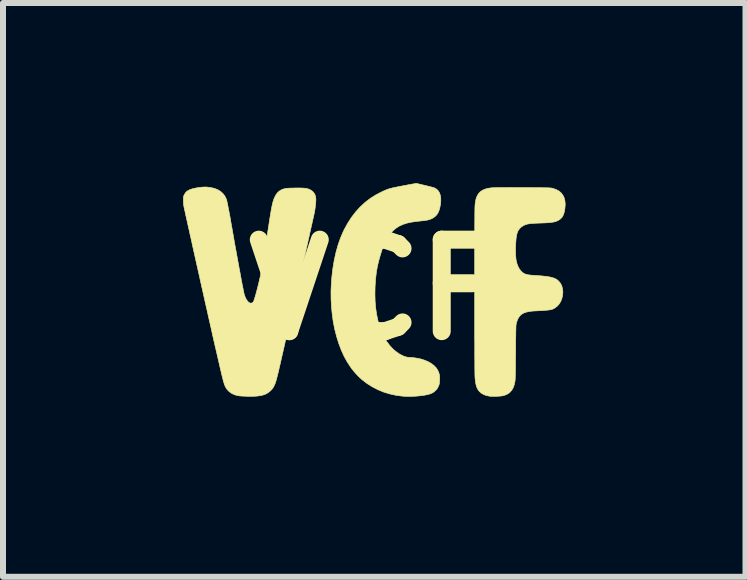
<source format=kicad_pcb>
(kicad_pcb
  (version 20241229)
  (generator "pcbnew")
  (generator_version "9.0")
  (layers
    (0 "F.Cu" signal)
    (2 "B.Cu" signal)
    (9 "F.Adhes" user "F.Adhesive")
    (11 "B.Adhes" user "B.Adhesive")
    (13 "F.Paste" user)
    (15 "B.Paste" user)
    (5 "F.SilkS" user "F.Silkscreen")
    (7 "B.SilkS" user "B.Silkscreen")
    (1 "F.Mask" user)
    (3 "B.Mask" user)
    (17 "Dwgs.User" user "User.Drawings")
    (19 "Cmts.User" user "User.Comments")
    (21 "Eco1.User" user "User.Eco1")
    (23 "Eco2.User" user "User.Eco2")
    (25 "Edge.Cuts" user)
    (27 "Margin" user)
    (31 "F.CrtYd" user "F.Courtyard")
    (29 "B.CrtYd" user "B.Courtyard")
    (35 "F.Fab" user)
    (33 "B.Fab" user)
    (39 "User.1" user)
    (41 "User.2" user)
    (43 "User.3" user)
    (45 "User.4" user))
  (footprint "VCF"
    (layer "F.Cu")
    (at 3.185 1.778)
    (property "Reference" "VCF" (at 0 0 0) (layer "F.SilkS") (effects (font (size 1.524 1.524) (thickness 0.3))))
    (attr through_hole)
    (fp_poly (pts (xy 0.84 -1.74) (xy 0.877 -1.731) (xy 0.912 -1.723) (xy 0.942 -1.715) (xy 0.968 -1.708) (xy 0.987 -1.703) (xy 0.998 -1.7) (xy 0.999 -1.699) (xy 1.033 -1.681) (xy 1.062 -1.655) (xy 1.084 -1.622) (xy 1.099 -1.582) (xy 1.108 -1.536) (xy 1.109 -1.483) (xy 1.106 -1.439) (xy 1.096 -1.38) (xy 1.083 -1.33) (xy 1.065 -1.287) (xy 1.043 -1.251) (xy 1.015 -1.222) (xy 0.982 -1.198) (xy 0.964 -1.188) (xy 0.944 -1.179) (xy 0.925 -1.172) (xy 0.904 -1.165) (xy 0.88 -1.16) (xy 0.851 -1.155) (xy 0.817 -1.151) (xy 0.774 -1.146) (xy 0.769 -1.146) (xy 0.735 -1.142) (xy 0.701 -1.138) (xy 0.668 -1.134) (xy 0.641 -1.13) (xy 0.623 -1.127) (xy 0.548 -1.111) (xy 0.479 -1.089) (xy 0.417 -1.061) (xy 0.361 -1.025) (xy 0.311 -0.982) (xy 0.265 -0.932) (xy 0.224 -0.873) (xy 0.187 -0.806) (xy 0.153 -0.73) (xy 0.132 -0.673) (xy 0.101 -0.575) (xy 0.075 -0.483) (xy 0.054 -0.394) (xy 0.038 -0.306) (xy 0.027 -0.217) (xy 0.023 -0.177) (xy 0.014 -0.049) (xy 0.012 0.075) (xy 0.015 0.194) (xy 0.025 0.308) (xy 0.041 0.416) (xy 0.063 0.519) (xy 0.091 0.615) (xy 0.124 0.704) (xy 0.163 0.786) (xy 0.208 0.861) (xy 0.258 0.928) (xy 0.287 0.961) (xy 0.329 1.002) (xy 0.374 1.038) (xy 0.419 1.069) (xy 0.464 1.094) (xy 0.507 1.112) (xy 0.547 1.123) (xy 0.577 1.126) (xy 0.608 1.127) (xy 0.645 1.13) (xy 0.685 1.136) (xy 0.725 1.142) (xy 0.762 1.15) (xy 0.775 1.153) (xy 0.841 1.174) (xy 0.9 1.199) (xy 0.952 1.229) (xy 0.996 1.263) (xy 1.032 1.3) (xy 1.059 1.341) (xy 1.06 1.345) (xy 1.073 1.373) (xy 1.082 1.4) (xy 1.088 1.427) (xy 1.09 1.457) (xy 1.09 1.494) (xy 1.089 1.504) (xy 1.088 1.532) (xy 1.086 1.552) (xy 1.084 1.569) (xy 1.079 1.584) (xy 1.073 1.601) (xy 1.071 1.606) (xy 1.058 1.632) (xy 1.045 1.653) (xy 1.026 1.674) (xy 1.024 1.676) (xy 1.001 1.697) (xy 0.979 1.713) (xy 0.955 1.725) (xy 0.924 1.737) (xy 0.921 1.738) (xy 0.88 1.748) (xy 0.831 1.758) (xy 0.777 1.765) (xy 0.718 1.771) (xy 0.657 1.775) (xy 0.595 1.777) (xy 0.536 1.776) (xy 0.48 1.773) (xy 0.476 1.773) (xy 0.367 1.759) (xy 0.261 1.736) (xy 0.159 1.705) (xy 0.061 1.665) (xy -0.033 1.616) (xy -0.122 1.56) (xy -0.205 1.496) (xy -0.251 1.454) (xy -0.283 1.421) (xy -0.319 1.382) (xy -0.354 1.341) (xy -0.386 1.299) (xy -0.394 1.287) (xy -0.45 1.202) (xy -0.502 1.108) (xy -0.548 1.007) (xy -0.589 0.899) (xy -0.625 0.785) (xy -0.656 0.666) (xy -0.681 0.543) (xy -0.699 0.416) (xy -0.712 0.286) (xy -0.719 0.153) (xy -0.72 0.019) (xy -0.717 -0.05) (xy -0.707 -0.203) (xy -0.69 -0.349) (xy -0.667 -0.488) (xy -0.638 -0.62) (xy -0.603 -0.745) (xy -0.562 -0.863) (xy -0.515 -0.972) (xy -0.503 -0.997) (xy -0.444 -1.105) (xy -0.38 -1.205) (xy -0.31 -1.296) (xy -0.234 -1.38) (xy -0.153 -1.455) (xy -0.066 -1.522) (xy 0.027 -1.581) (xy 0.126 -1.632) (xy 0.138 -1.638) (xy 0.162 -1.649) (xy 0.184 -1.658) (xy 0.205 -1.667) (xy 0.226 -1.675) (xy 0.247 -1.682) (xy 0.27 -1.688) (xy 0.296 -1.695) (xy 0.326 -1.702) (xy 0.36 -1.709) (xy 0.4 -1.717) (xy 0.446 -1.726) (xy 0.5 -1.736) (xy 0.562 -1.748) (xy 0.591 -1.753) (xy 0.702 -1.773) (xy 0.84 -1.74)) (stroke (width 0.01) (type solid)) (fill yes) (layer "F.SilkS"))
    (fp_poly (pts (xy 2.302 -1.703) (xy 2.387 -1.702) (xy 2.465 -1.702) (xy 2.544 -1.702) (xy 2.614 -1.702) (xy 2.675 -1.701) (xy 2.728 -1.701) (xy 2.774 -1.701) (xy 2.813 -1.7) (xy 2.845 -1.7) (xy 2.873 -1.699) (xy 2.895 -1.699) (xy 2.914 -1.698) (xy 2.928 -1.697) (xy 2.94 -1.696) (xy 2.95 -1.695) (xy 2.958 -1.694) (xy 2.966 -1.692) (xy 2.972 -1.691) (xy 2.978 -1.689) (xy 3.03 -1.671) (xy 3.075 -1.647) (xy 3.112 -1.617) (xy 3.141 -1.58) (xy 3.163 -1.538) (xy 3.176 -1.489) (xy 3.182 -1.434) (xy 3.181 -1.397) (xy 3.175 -1.338) (xy 3.165 -1.288) (xy 3.15 -1.245) (xy 3.13 -1.209) (xy 3.103 -1.181) (xy 3.071 -1.158) (xy 3.033 -1.141) (xy 3.011 -1.134) (xy 2.99 -1.129) (xy 2.965 -1.125) (xy 2.936 -1.121) (xy 2.901 -1.118) (xy 2.86 -1.115) (xy 2.811 -1.113) (xy 2.754 -1.111) (xy 2.747 -1.111) (xy 2.698 -1.109) (xy 2.657 -1.107) (xy 2.624 -1.104) (xy 2.596 -1.102) (xy 2.572 -1.098) (xy 2.55 -1.094) (xy 2.53 -1.088) (xy 2.52 -1.085) (xy 2.487 -1.07) (xy 2.454 -1.049) (xy 2.425 -1.022) (xy 2.403 -0.993) (xy 2.396 -0.982) (xy 2.383 -0.95) (xy 2.372 -0.907) (xy 2.364 -0.855) (xy 2.359 -0.794) (xy 2.355 -0.724) (xy 2.354 -0.66) (xy 2.355 -0.61) (xy 2.357 -0.567) (xy 2.36 -0.531) (xy 2.364 -0.497) (xy 2.371 -0.466) (xy 2.376 -0.444) (xy 2.392 -0.398) (xy 2.413 -0.356) (xy 2.439 -0.32) (xy 2.468 -0.291) (xy 2.494 -0.272) (xy 2.51 -0.265) (xy 2.526 -0.259) (xy 2.546 -0.254) (xy 2.569 -0.249) (xy 2.598 -0.245) (xy 2.634 -0.242) (xy 2.678 -0.239) (xy 2.709 -0.237) (xy 2.777 -0.232) (xy 2.836 -0.226) (xy 2.887 -0.22) (xy 2.93 -0.212) (xy 2.967 -0.203) (xy 2.999 -0.192) (xy 3.026 -0.18) (xy 3.049 -0.165) (xy 3.069 -0.148) (xy 3.075 -0.142) (xy 3.104 -0.106) (xy 3.125 -0.064) (xy 3.138 -0.016) (xy 3.143 0.037) (xy 3.143 0.043) (xy 3.138 0.097) (xy 3.126 0.148) (xy 3.107 0.196) (xy 3.081 0.238) (xy 3.048 0.274) (xy 3.01 0.303) (xy 2.968 0.325) (xy 2.963 0.326) (xy 2.947 0.331) (xy 2.922 0.335) (xy 2.89 0.339) (xy 2.853 0.342) (xy 2.812 0.346) (xy 2.768 0.348) (xy 2.723 0.35) (xy 2.712 0.351) (xy 2.646 0.354) (xy 2.589 0.361) (xy 2.54 0.371) (xy 2.498 0.385) (xy 2.463 0.403) (xy 2.434 0.427) (xy 2.411 0.455) (xy 2.392 0.489) (xy 2.376 0.53) (xy 2.367 0.562) (xy 2.366 0.569) (xy 2.364 0.578) (xy 2.363 0.589) (xy 2.362 0.603) (xy 2.361 0.621) (xy 2.361 0.644) (xy 2.36 0.671) (xy 2.359 0.704) (xy 2.359 0.744) (xy 2.358 0.79) (xy 2.357 0.844) (xy 2.357 0.906) (xy 2.356 0.977) (xy 2.356 1.036) (xy 2.355 1.123) (xy 2.354 1.201) (xy 2.354 1.269) (xy 2.353 1.328) (xy 2.352 1.379) (xy 2.351 1.422) (xy 2.35 1.457) (xy 2.349 1.485) (xy 2.348 1.505) (xy 2.346 1.519) (xy 2.346 1.521) (xy 2.334 1.579) (xy 2.317 1.629) (xy 2.293 1.671) (xy 2.263 1.706) (xy 2.226 1.734) (xy 2.183 1.754) (xy 2.146 1.765) (xy 2.127 1.769) (xy 2.1 1.771) (xy 2.068 1.774) (xy 2.034 1.775) (xy 1.999 1.776) (xy 1.967 1.776) (xy 1.94 1.775) (xy 1.923 1.773) (xy 1.868 1.762) (xy 1.821 1.744) (xy 1.781 1.72) (xy 1.753 1.695) (xy 1.734 1.672) (xy 1.718 1.645) (xy 1.705 1.614) (xy 1.695 1.577) (xy 1.687 1.533) (xy 1.681 1.482) (xy 1.679 1.449) (xy 1.678 1.437) (xy 1.678 1.416) (xy 1.677 1.386) (xy 1.677 1.347) (xy 1.676 1.301) (xy 1.676 1.247) (xy 1.676 1.186) (xy 1.675 1.118) (xy 1.675 1.045) (xy 1.675 0.966) (xy 1.675 0.883) (xy 1.674 0.795) (xy 1.674 0.703) (xy 1.674 0.608) (xy 1.674 0.51) (xy 1.674 0.409) (xy 1.674 0.307) (xy 1.674 0.203) (xy 1.674 0.099) (xy 1.674 -0.006) (xy 1.674 -0.11) (xy 1.674 -0.214) (xy 1.674 -0.317) (xy 1.674 -0.418) (xy 1.674 -0.517) (xy 1.674 -0.613) (xy 1.674 -0.705) (xy 1.674 -0.794) (xy 1.675 -0.879) (xy 1.675 -0.959) (xy 1.675 -1.034) (xy 1.675 -1.103) (xy 1.676 -1.166) (xy 1.676 -1.222) (xy 1.676 -1.271) (xy 1.677 -1.312) (xy 1.677 -1.345) (xy 1.678 -1.368) (xy 1.678 -1.383) (xy 1.678 -1.385) (xy 1.682 -1.433) (xy 1.688 -1.474) (xy 1.695 -1.509) (xy 1.705 -1.541) (xy 1.717 -1.567) (xy 1.739 -1.603) (xy 1.767 -1.633) (xy 1.802 -1.657) (xy 1.844 -1.676) (xy 1.894 -1.69) (xy 1.946 -1.698) (xy 1.961 -1.699) (xy 1.983 -1.7) (xy 2.014 -1.701) (xy 2.053 -1.702) (xy 2.102 -1.702) (xy 2.159 -1.702) (xy 2.226 -1.703) (xy 2.302 -1.703)) (stroke (width 0.01) (type solid)) (fill yes) (layer "F.SilkS"))
    (fp_poly (pts (xy -2.793 -1.712) (xy -2.784 -1.711) (xy -2.717 -1.702) (xy -2.656 -1.687) (xy -2.603 -1.665) (xy -2.557 -1.636) (xy -2.519 -1.601) (xy -2.488 -1.56) (xy -2.465 -1.513) (xy -2.461 -1.502) (xy -2.457 -1.488) (xy -2.452 -1.466) (xy -2.446 -1.436) (xy -2.438 -1.398) (xy -2.43 -1.354) (xy -2.42 -1.305) (xy -2.41 -1.251) (xy -2.399 -1.193) (xy -2.389 -1.133) (xy -2.378 -1.07) (xy -2.368 -1.016) (xy -2.358 -0.958) (xy -2.347 -0.896) (xy -2.336 -0.831) (xy -2.324 -0.763) (xy -2.311 -0.693) (xy -2.298 -0.622) (xy -2.285 -0.55) (xy -2.272 -0.479) (xy -2.259 -0.409) (xy -2.247 -0.341) (xy -2.234 -0.275) (xy -2.223 -0.212) (xy -2.212 -0.154) (xy -2.202 -0.101) (xy -2.192 -0.053) (xy -2.184 -0.011) (xy -2.177 0.023) (xy -2.172 0.049) (xy -2.168 0.067) (xy -2.167 0.073) (xy -2.153 0.113) (xy -2.137 0.149) (xy -2.119 0.178) (xy -2.099 0.202) (xy -2.079 0.217) (xy -2.064 0.222) (xy -2.042 0.222) (xy -2.024 0.213) (xy -2.014 0.201) (xy -2.008 0.19) (xy -2.001 0.169) (xy -1.991 0.139) (xy -1.98 0.101) (xy -1.967 0.056) (xy -1.953 0.003) (xy -1.94 -0.047) (xy -1.932 -0.08) (xy -1.924 -0.111) (xy -1.917 -0.142) (xy -1.91 -0.173) (xy -1.902 -0.205) (xy -1.895 -0.239) (xy -1.888 -0.275) (xy -1.881 -0.314) (xy -1.873 -0.356) (xy -1.865 -0.402) (xy -1.856 -0.452) (xy -1.847 -0.508) (xy -1.837 -0.569) (xy -1.826 -0.637) (xy -1.814 -0.712) (xy -1.801 -0.794) (xy -1.787 -0.885) (xy -1.771 -0.984) (xy -1.758 -1.066) (xy -1.747 -1.138) (xy -1.737 -1.202) (xy -1.728 -1.257) (xy -1.72 -1.305) (xy -1.713 -1.346) (xy -1.706 -1.381) (xy -1.7 -1.411) (xy -1.694 -1.438) (xy -1.688 -1.46) (xy -1.682 -1.48) (xy -1.676 -1.499) (xy -1.67 -1.516) (xy -1.666 -1.525) (xy -1.643 -1.573) (xy -1.615 -1.613) (xy -1.583 -1.643) (xy -1.546 -1.666) (xy -1.503 -1.682) (xy -1.467 -1.689) (xy -1.447 -1.691) (xy -1.418 -1.693) (xy -1.383 -1.694) (xy -1.343 -1.695) (xy -1.299 -1.696) (xy -1.29 -1.696) (xy -1.243 -1.696) (xy -1.204 -1.695) (xy -1.172 -1.693) (xy -1.146 -1.691) (xy -1.124 -1.687) (xy -1.105 -1.682) (xy -1.087 -1.675) (xy -1.069 -1.667) (xy -1.059 -1.662) (xy -1.027 -1.64) (xy -1.001 -1.61) (xy -0.983 -1.575) (xy -0.974 -1.535) (xy -0.973 -1.528) (xy -0.972 -1.504) (xy -0.973 -1.471) (xy -0.976 -1.432) (xy -0.981 -1.389) (xy -0.987 -1.342) (xy -0.994 -1.302) (xy -0.995 -1.293) (xy -0.999 -1.275) (xy -1.005 -1.247) (xy -1.013 -1.212) (xy -1.023 -1.168) (xy -1.034 -1.118) (xy -1.047 -1.061) (xy -1.061 -0.997) (xy -1.077 -0.927) (xy -1.093 -0.853) (xy -1.111 -0.773) (xy -1.13 -0.689) (xy -1.15 -0.601) (xy -1.171 -0.51) (xy -1.192 -0.415) (xy -1.214 -0.319) (xy -1.236 -0.22) (xy -1.259 -0.12) (xy -1.282 -0.019) (xy -1.305 0.082) (xy -1.328 0.184) (xy -1.35 0.285) (xy -1.373 0.385) (xy -1.395 0.483) (xy -1.417 0.58) (xy -1.439 0.674) (xy -1.46 0.765) (xy -1.48 0.853) (xy -1.499 0.937) (xy -1.517 1.017) (xy -1.534 1.091) (xy -1.55 1.161) (xy -1.564 1.224) (xy -1.578 1.281) (xy -1.589 1.332) (xy -1.596 1.362) (xy -1.611 1.422) (xy -1.624 1.473) (xy -1.636 1.517) (xy -1.648 1.554) (xy -1.661 1.585) (xy -1.673 1.611) (xy -1.687 1.634) (xy -1.702 1.655) (xy -1.719 1.673) (xy -1.724 1.679) (xy -1.751 1.702) (xy -1.78 1.722) (xy -1.811 1.739) (xy -1.847 1.752) (xy -1.886 1.762) (xy -1.932 1.769) (xy -1.983 1.774) (xy -2.042 1.776) (xy -2.109 1.775) (xy -2.164 1.773) (xy -2.208 1.771) (xy -2.245 1.768) (xy -2.276 1.763) (xy -2.303 1.756) (xy -2.329 1.748) (xy -2.356 1.736) (xy -2.36 1.734) (xy -2.396 1.713) (xy -2.429 1.685) (xy -2.458 1.652) (xy -2.478 1.619) (xy -2.483 1.609) (xy -2.487 1.599) (xy -2.491 1.589) (xy -2.496 1.577) (xy -2.5 1.564) (xy -2.505 1.548) (xy -2.511 1.529) (xy -2.517 1.507) (xy -2.523 1.481) (xy -2.531 1.45) (xy -2.54 1.414) (xy -2.55 1.372) (xy -2.561 1.325) (xy -2.574 1.27) (xy -2.588 1.208) (xy -2.604 1.139) (xy -2.622 1.061) (xy -2.642 0.974) (xy -2.653 0.929) (xy -2.659 0.9) (xy -2.668 0.863) (xy -2.678 0.818) (xy -2.69 0.766) (xy -2.703 0.707) (xy -2.717 0.643) (xy -2.733 0.573) (xy -2.75 0.499) (xy -2.768 0.419) (xy -2.786 0.337) (xy -2.806 0.251) (xy -2.826 0.162) (xy -2.846 0.071) (xy -2.867 -0.022) (xy -2.888 -0.115) (xy -2.909 -0.21) (xy -2.93 -0.304) (xy -2.951 -0.397) (xy -2.972 -0.49) (xy -2.992 -0.581) (xy -3.012 -0.669) (xy -3.031 -0.755) (xy -3.049 -0.838) (xy -3.067 -0.916) (xy -3.083 -0.991) (xy -3.099 -1.06) (xy -3.113 -1.124) (xy -3.126 -1.182) (xy -3.138 -1.234) (xy -3.147 -1.278) (xy -3.155 -1.315) (xy -3.162 -1.343) (xy -3.166 -1.363) (xy -3.168 -1.372) (xy -3.176 -1.418) (xy -3.179 -1.465) (xy -3.18 -1.489) (xy -3.18 -1.515) (xy -3.179 -1.534) (xy -3.178 -1.548) (xy -3.175 -1.56) (xy -3.17 -1.571) (xy -3.164 -1.585) (xy -3.146 -1.614) (xy -3.125 -1.637) (xy -3.097 -1.656) (xy -3.08 -1.664) (xy -3.05 -1.676) (xy -3.011 -1.687) (xy -2.968 -1.696) (xy -2.922 -1.704) (xy -2.876 -1.709) (xy -2.832 -1.712) (xy -2.793 -1.712)) (stroke (width 0.01) (type solid)) (fill yes) (layer "F.SilkS")))
  (gr_rect
    (start -3 -3)
    (end 9.371 6.56)
    (stroke (width 0.1) (type default))
    (fill no)
    (layer "Edge.Cuts")))
</source>
